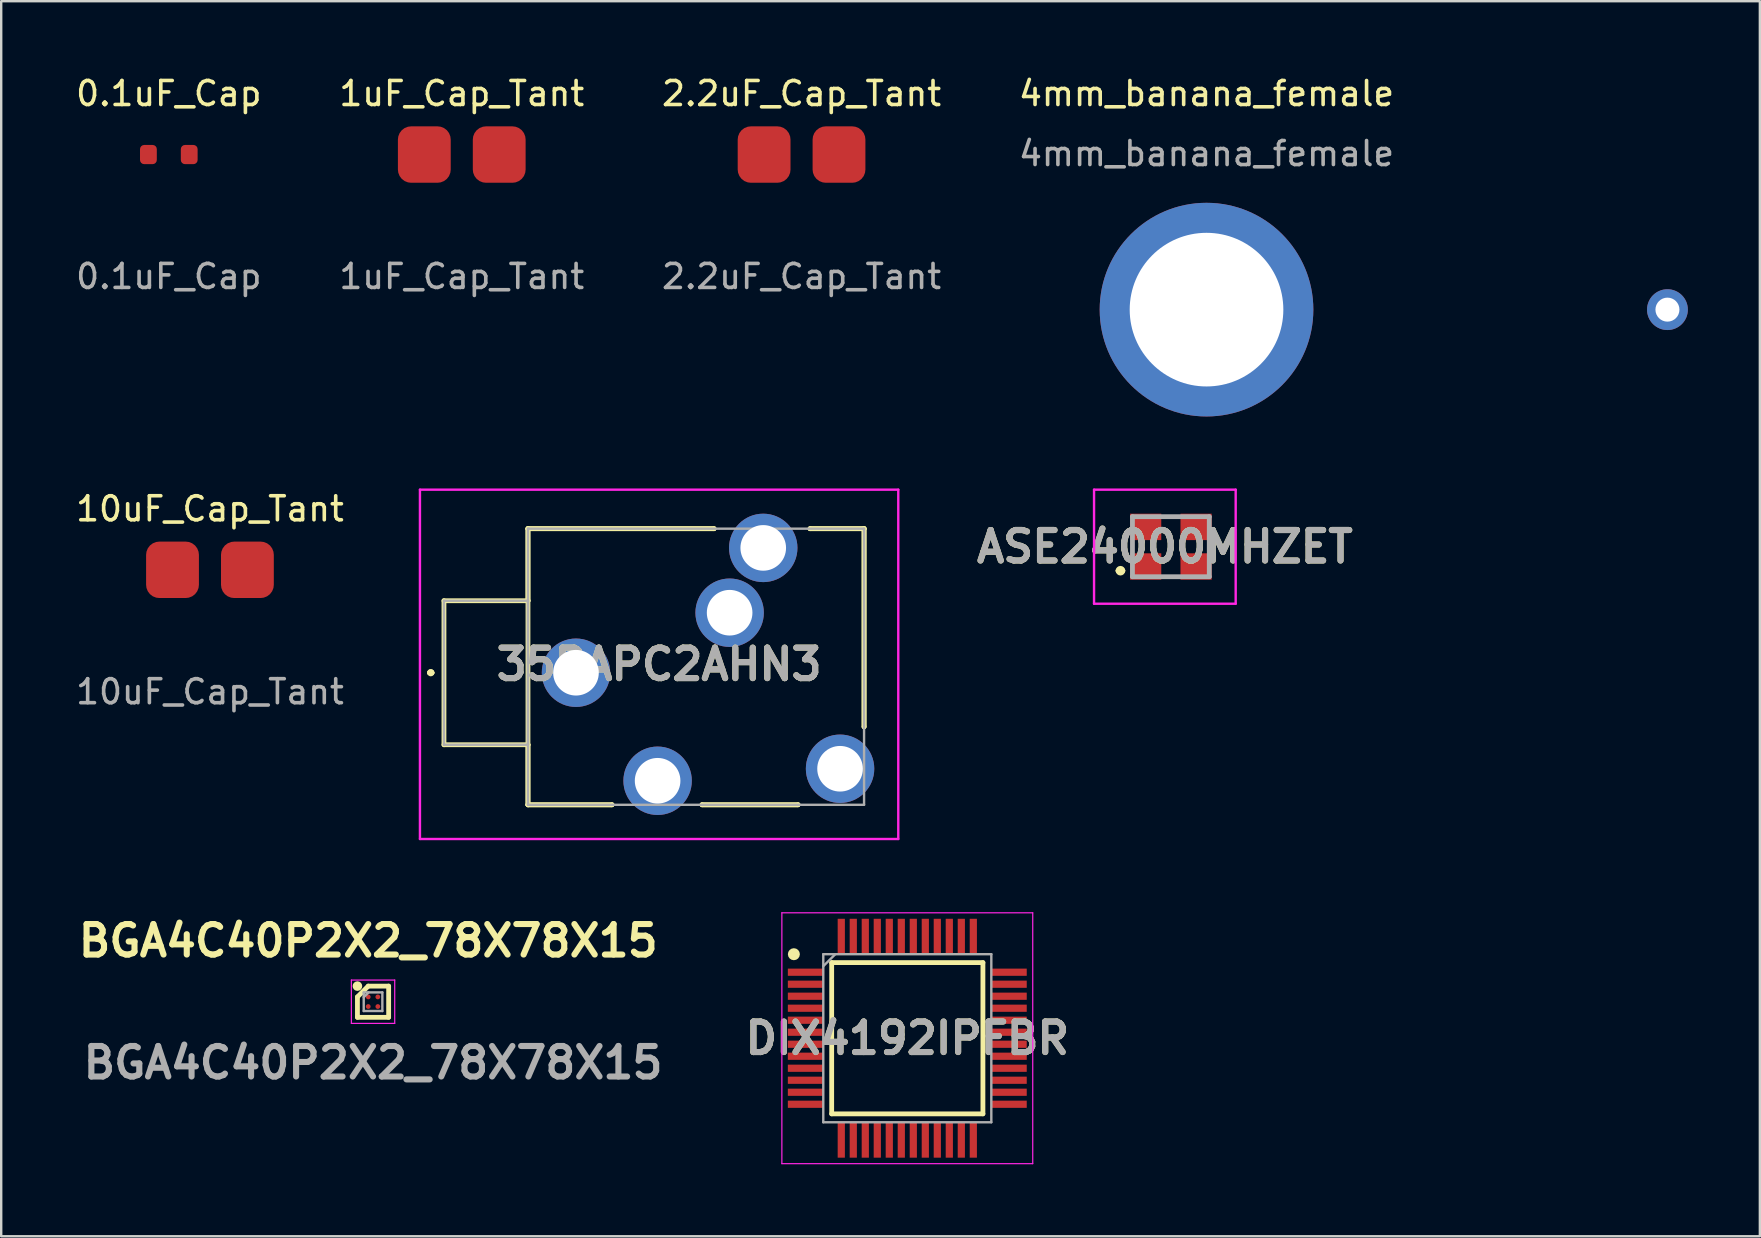
<source format=kicad_pcb>
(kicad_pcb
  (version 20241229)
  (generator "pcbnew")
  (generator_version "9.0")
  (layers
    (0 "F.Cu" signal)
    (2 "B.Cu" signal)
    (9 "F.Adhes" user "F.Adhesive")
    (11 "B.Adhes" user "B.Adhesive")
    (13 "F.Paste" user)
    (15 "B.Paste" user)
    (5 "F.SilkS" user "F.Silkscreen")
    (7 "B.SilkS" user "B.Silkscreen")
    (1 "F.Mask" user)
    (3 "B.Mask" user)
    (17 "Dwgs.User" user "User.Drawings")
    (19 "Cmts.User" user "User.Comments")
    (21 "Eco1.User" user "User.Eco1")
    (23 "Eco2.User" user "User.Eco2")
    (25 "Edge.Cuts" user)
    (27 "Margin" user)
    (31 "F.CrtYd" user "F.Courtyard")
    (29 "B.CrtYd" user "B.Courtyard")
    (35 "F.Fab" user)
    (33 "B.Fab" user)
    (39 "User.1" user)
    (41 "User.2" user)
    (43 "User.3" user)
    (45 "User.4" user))
  (footprint "DIX4192IPFBR"
    (layer "F.Cu")
    (at 34.744 40.198)
    (property "Reference" "DIX4192IPFBR" (at 0 0 0) (layer "F.SilkS") (effects (font (size 1.27 1.27) (thickness 0.254))))
    (attr smd)
    (fp_line (start -3.15 -3.15) (end 3.15 -3.15) (stroke (width 0.2) (type solid)) (layer "F.SilkS"))
    (fp_line (start -3.15 3.15) (end -3.15 -3.15) (stroke (width 0.2) (type solid)) (layer "F.SilkS"))
    (fp_line (start 3.15 -3.15) (end 3.15 3.15) (stroke (width 0.2) (type solid)) (layer "F.SilkS"))
    (fp_line (start 3.15 3.15) (end -3.15 3.15) (stroke (width 0.2) (type solid)) (layer "F.SilkS"))
    (fp_circle (center -4.725 -3.5) (end -4.725 -3.375) (stroke (width 0.25) (type solid)) (fill no) (layer "F.SilkS"))
    (fp_line (start -5.225 -5.225) (end 5.225 -5.225) (stroke (width 0.05) (type solid)) (layer "F.CrtYd"))
    (fp_line (start -5.225 5.225) (end -5.225 -5.225) (stroke (width 0.05) (type solid)) (layer "F.CrtYd"))
    (fp_line (start 5.225 -5.225) (end 5.225 5.225) (stroke (width 0.05) (type solid)) (layer "F.CrtYd"))
    (fp_line (start 5.225 5.225) (end -5.225 5.225) (stroke (width 0.05) (type solid)) (layer "F.CrtYd"))
    (fp_line (start -3.5 -3.5) (end 3.5 -3.5) (stroke (width 0.1) (type solid)) (layer "F.Fab"))
    (fp_line (start -3.5 -3) (end -3 -3.5) (stroke (width 0.1) (type solid)) (layer "F.Fab"))
    (fp_line (start -3.5 3.5) (end -3.5 -3.5) (stroke (width 0.1) (type solid)) (layer "F.Fab"))
    (fp_line (start 3.5 -3.5) (end 3.5 3.5) (stroke (width 0.1) (type solid)) (layer "F.Fab"))
    (fp_line (start 3.5 3.5) (end -3.5 3.5) (stroke (width 0.1) (type solid)) (layer "F.Fab"))
    (fp_text user "${REFERENCE}" (at 0 0 0) (layer "F.Fab") (effects (font (size 1.27 1.27) (thickness 0.254))))
    (pad "1" smd rect (at -4.238 -2.75 90) (size 0.3 1.475) (layers "F.Cu" "F.Mask" "F.Paste"))
    (pad "2" smd rect (at -4.238 -2.25 90) (size 0.3 1.475) (layers "F.Cu" "F.Mask" "F.Paste"))
    (pad "3" smd rect (at -4.238 -1.75 90) (size 0.3 1.475) (layers "F.Cu" "F.Mask" "F.Paste"))
    (pad "4" smd rect (at -4.238 -1.25 90) (size 0.3 1.475) (layers "F.Cu" "F.Mask" "F.Paste"))
    (pad "5" smd rect (at -4.238 -0.75 90) (size 0.3 1.475) (layers "F.Cu" "F.Mask" "F.Paste"))
    (pad "6" smd rect (at -4.238 -0.25 90) (size 0.3 1.475) (layers "F.Cu" "F.Mask" "F.Paste"))
    (pad "7" smd rect (at -4.238 0.25 90) (size 0.3 1.475) (layers "F.Cu" "F.Mask" "F.Paste"))
    (pad "8" smd rect (at -4.238 0.75 90) (size 0.3 1.475) (layers "F.Cu" "F.Mask" "F.Paste"))
    (pad "9" smd rect (at -4.238 1.25 90) (size 0.3 1.475) (layers "F.Cu" "F.Mask" "F.Paste"))
    (pad "10" smd rect (at -4.238 1.75 90) (size 0.3 1.475) (layers "F.Cu" "F.Mask" "F.Paste"))
    (pad "11" smd rect (at -4.238 2.25 90) (size 0.3 1.475) (layers "F.Cu" "F.Mask" "F.Paste"))
    (pad "12" smd rect (at -4.238 2.75 90) (size 0.3 1.475) (layers "F.Cu" "F.Mask" "F.Paste"))
    (pad "13" smd rect (at -2.75 4.238) (size 0.3 1.475) (layers "F.Cu" "F.Mask" "F.Paste"))
    (pad "14" smd rect (at -2.25 4.238) (size 0.3 1.475) (layers "F.Cu" "F.Mask" "F.Paste"))
    (pad "15" smd rect (at -1.75 4.238) (size 0.3 1.475) (layers "F.Cu" "F.Mask" "F.Paste"))
    (pad "16" smd rect (at -1.25 4.238) (size 0.3 1.475) (layers "F.Cu" "F.Mask" "F.Paste"))
    (pad "17" smd rect (at -0.75 4.238) (size 0.3 1.475) (layers "F.Cu" "F.Mask" "F.Paste"))
    (pad "18" smd rect (at -0.25 4.238) (size 0.3 1.475) (layers "F.Cu" "F.Mask" "F.Paste"))
    (pad "19" smd rect (at 0.25 4.238) (size 0.3 1.475) (layers "F.Cu" "F.Mask" "F.Paste"))
    (pad "20" smd rect (at 0.75 4.238) (size 0.3 1.475) (layers "F.Cu" "F.Mask" "F.Paste"))
    (pad "21" smd rect (at 1.25 4.238) (size 0.3 1.475) (layers "F.Cu" "F.Mask" "F.Paste"))
    (pad "22" smd rect (at 1.75 4.238) (size 0.3 1.475) (layers "F.Cu" "F.Mask" "F.Paste"))
    (pad "23" smd rect (at 2.25 4.238) (size 0.3 1.475) (layers "F.Cu" "F.Mask" "F.Paste"))
    (pad "24" smd rect (at 2.75 4.238) (size 0.3 1.475) (layers "F.Cu" "F.Mask" "F.Paste"))
    (pad "25" smd rect (at 4.238 2.75 90) (size 0.3 1.475) (layers "F.Cu" "F.Mask" "F.Paste"))
    (pad "26" smd rect (at 4.238 2.25 90) (size 0.3 1.475) (layers "F.Cu" "F.Mask" "F.Paste"))
    (pad "27" smd rect (at 4.238 1.75 90) (size 0.3 1.475) (layers "F.Cu" "F.Mask" "F.Paste"))
    (pad "28" smd rect (at 4.238 1.25 90) (size 0.3 1.475) (layers "F.Cu" "F.Mask" "F.Paste"))
    (pad "29" smd rect (at 4.238 0.75 90) (size 0.3 1.475) (layers "F.Cu" "F.Mask" "F.Paste"))
    (pad "30" smd rect (at 4.238 0.25 90) (size 0.3 1.475) (layers "F.Cu" "F.Mask" "F.Paste"))
    (pad "31" smd rect (at 4.238 -0.25 90) (size 0.3 1.475) (layers "F.Cu" "F.Mask" "F.Paste"))
    (pad "32" smd rect (at 4.238 -0.75 90) (size 0.3 1.475) (layers "F.Cu" "F.Mask" "F.Paste"))
    (pad "33" smd rect (at 4.238 -1.25 90) (size 0.3 1.475) (layers "F.Cu" "F.Mask" "F.Paste"))
    (pad "34" smd rect (at 4.238 -1.75 90) (size 0.3 1.475) (layers "F.Cu" "F.Mask" "F.Paste"))
    (pad "35" smd rect (at 4.238 -2.25 90) (size 0.3 1.475) (layers "F.Cu" "F.Mask" "F.Paste"))
    (pad "36" smd rect (at 4.238 -2.75 90) (size 0.3 1.475) (layers "F.Cu" "F.Mask" "F.Paste"))
    (pad "37" smd rect (at 2.75 -4.238) (size 0.3 1.475) (layers "F.Cu" "F.Mask" "F.Paste"))
    (pad "38" smd rect (at 2.25 -4.238) (size 0.3 1.475) (layers "F.Cu" "F.Mask" "F.Paste"))
    (pad "39" smd rect (at 1.75 -4.238) (size 0.3 1.475) (layers "F.Cu" "F.Mask" "F.Paste"))
    (pad "40" smd rect (at 1.25 -4.238) (size 0.3 1.475) (layers "F.Cu" "F.Mask" "F.Paste"))
    (pad "41" smd rect (at 0.75 -4.238) (size 0.3 1.475) (layers "F.Cu" "F.Mask" "F.Paste"))
    (pad "42" smd rect (at 0.25 -4.238) (size 0.3 1.475) (layers "F.Cu" "F.Mask" "F.Paste"))
    (pad "43" smd rect (at -0.25 -4.238) (size 0.3 1.475) (layers "F.Cu" "F.Mask" "F.Paste"))
    (pad "44" smd rect (at -0.75 -4.238) (size 0.3 1.475) (layers "F.Cu" "F.Mask" "F.Paste"))
    (pad "45" smd rect (at -1.25 -4.238) (size 0.3 1.475) (layers "F.Cu" "F.Mask" "F.Paste"))
    (pad "46" smd rect (at -1.75 -4.238) (size 0.3 1.475) (layers "F.Cu" "F.Mask" "F.Paste"))
    (pad "47" smd rect (at -2.25 -4.238) (size 0.3 1.475) (layers "F.Cu" "F.Mask" "F.Paste"))
    (pad "48" smd rect (at -2.75 -4.238) (size 0.3 1.475) (layers "F.Cu" "F.Mask" "F.Paste")))
  (footprint "BGA4C40P2X2_78X78X15"
    (layer "F.Cu")
    (at 12.489 38.677)
    (property "Reference" "BGA4C40P2X2_78X78X15" (at -0.2 -2.54 0) (layer "F.SilkS") (effects (font (size 1.27 1.27) (thickness 0.254))))
    (attr smd)
    (fp_line (start -0.65 -0.2) (end -0.2 -0.65) (stroke (width 0.2) (type solid)) (layer "F.SilkS"))
    (fp_line (start -0.65 0.65) (end -0.65 -0.2) (stroke (width 0.2) (type solid)) (layer "F.SilkS"))
    (fp_line (start -0.2 -0.65) (end 0.65 -0.65) (stroke (width 0.2) (type solid)) (layer "F.SilkS"))
    (fp_line (start 0.65 -0.65) (end 0.65 0.65) (stroke (width 0.2) (type solid)) (layer "F.SilkS"))
    (fp_line (start 0.65 0.65) (end -0.65 0.65) (stroke (width 0.2) (type solid)) (layer "F.SilkS"))
    (fp_circle (center -0.65 -0.65) (end -0.65 -0.55) (stroke (width 0.2) (type solid)) (fill no) (layer "F.SilkS"))
    (fp_line (start -0.903 -0.903) (end 0.903 -0.903) (stroke (width 0.05) (type solid)) (layer "F.CrtYd"))
    (fp_line (start -0.903 0.903) (end -0.903 -0.903) (stroke (width 0.05) (type solid)) (layer "F.CrtYd"))
    (fp_line (start 0.903 -0.903) (end 0.903 0.903) (stroke (width 0.05) (type solid)) (layer "F.CrtYd"))
    (fp_line (start 0.903 0.903) (end -0.903 0.903) (stroke (width 0.05) (type solid)) (layer "F.CrtYd"))
    (fp_line (start -0.388 -0.388) (end 0.388 -0.388) (stroke (width 0.1) (type solid)) (layer "F.Fab"))
    (fp_line (start -0.388 -0.186) (end -0.186 -0.388) (stroke (width 0.1) (type solid)) (layer "F.Fab"))
    (fp_line (start -0.388 0.388) (end -0.388 -0.388) (stroke (width 0.1) (type solid)) (layer "F.Fab"))
    (fp_line (start 0.388 -0.388) (end 0.388 0.388) (stroke (width 0.1) (type solid)) (layer "F.Fab"))
    (fp_line (start 0.388 0.388) (end -0.388 0.388) (stroke (width 0.1) (type solid)) (layer "F.Fab"))
    (fp_text user "${REFERENCE}" (at 0 2.54 0) (layer "F.Fab") (effects (font (size 1.27 1.27) (thickness 0.254))))
    (pad "A1" smd circle (at -0.2 -0.2 90) (size 0.2 0.2) (layers "F.Cu" "F.Mask" "F.Paste"))
    (pad "A2" smd circle (at 0.2 -0.2 90) (size 0.2 0.2) (layers "F.Cu" "F.Mask" "F.Paste"))
    (pad "B1" smd circle (at -0.2 0.2 90) (size 0.2 0.2) (layers "F.Cu" "F.Mask" "F.Paste"))
    (pad "B2" smd circle (at 0.2 0.2 90) (size 0.2 0.2) (layers "F.Cu" "F.Mask" "F.Paste")))
  (footprint "2.2uF_Cap_Tant"
    (layer "F.Cu")
    (at 30.339 3.388)
    (property "Reference" "2.2uF_Cap_Tant" (at 0 -2.54 0) (unlocked yes) (layer "F.SilkS") (effects (font (size 1 1) (thickness 0.15))))
    (attr smd)
    (fp_text user "${REFERENCE}" (at 0 5.08 0) (unlocked yes) (layer "F.Fab") (effects (font (size 1 1) (thickness 0.15))))
    (pad "1" smd roundrect (at -1.56 0) (size 2.2 2.35) (layers "F.Cu" "F.Mask" "F.Paste") (roundrect_rratio 0.25))
    (pad "2" smd roundrect (at 1.56 0) (size 2.2 2.35) (layers "F.Cu" "F.Mask" "F.Paste") (roundrect_rratio 0.25)))
  (footprint "4mm_banana_female"
    (layer "F.Cu")
    (at 47.208 9.848)
    (property "Reference" "4mm_banana_female" (at 0 -9 0) (unlocked yes) (layer "F.SilkS") (effects (font (size 1 1) (thickness 0.15))))
    (attr smd)
    (fp_text user "${REFERENCE}" (at 0 -6.5 0) (unlocked yes) (layer "F.Fab") (effects (font (size 1 1) (thickness 0.15))))
    (pad "1" thru_hole oval (at 0 0) (size 8.9 8.9) (drill 6.4) (layers "*.Cu" "*.Mask"))
    (pad "2" thru_hole oval (at 19.2 0) (size 1.7 1.7) (drill 1) (layers "*.Cu" "*.Mask")))
  (footprint "35RAPC2AHN3"
    (layer "F.Cu")
    (at 20.943 24.973)
    (property "Reference" "35RAPC2AHN3" (at 3.462 -0.35 0) (layer "F.SilkS") (effects (font (size 1.27 1.27) (thickness 0.254))))
    (attr through_hole)
    (fp_line (start -6.1 0) (end -6.1 0) (stroke (width 0.2) (type solid)) (layer "F.SilkS"))
    (fp_line (start -6 0) (end -6 0) (stroke (width 0.2) (type solid)) (layer "F.SilkS"))
    (fp_line (start -6 0) (end -6 0) (stroke (width 0.2) (type solid)) (layer "F.SilkS"))
    (fp_line (start -5.5 -3) (end -2 -3) (stroke (width 0.2) (type solid)) (layer "F.SilkS"))
    (fp_line (start -5.5 3) (end -5.5 -3) (stroke (width 0.2) (type solid)) (layer "F.SilkS"))
    (fp_line (start -2 -6) (end -2 -6) (stroke (width 0.2) (type solid)) (layer "F.SilkS"))
    (fp_line (start -2 -6) (end -2 -6) (stroke (width 0.2) (type solid)) (layer "F.SilkS"))
    (fp_line (start -2 -6) (end -2 -3) (stroke (width 0.2) (type solid)) (layer "F.SilkS"))
    (fp_line (start -2 -6) (end 5.75 -6) (stroke (width 0.2) (type solid)) (layer "F.SilkS"))
    (fp_line (start -2 -3) (end -2 -6) (stroke (width 0.2) (type solid)) (layer "F.SilkS"))
    (fp_line (start -2 -3) (end -2 -3) (stroke (width 0.2) (type solid)) (layer "F.SilkS"))
    (fp_line (start -2 -3) (end -2 3) (stroke (width 0.2) (type solid)) (layer "F.SilkS"))
    (fp_line (start -2 3) (end -5.5 3) (stroke (width 0.2) (type solid)) (layer "F.SilkS"))
    (fp_line (start -2 3) (end -2 3) (stroke (width 0.2) (type solid)) (layer "F.SilkS"))
    (fp_line (start -2 3) (end -2 5.5) (stroke (width 0.2) (type solid)) (layer "F.SilkS"))
    (fp_line (start -2 5.5) (end -2 3) (stroke (width 0.2) (type solid)) (layer "F.SilkS"))
    (fp_line (start -2 5.5) (end -2 5.5) (stroke (width 0.2) (type solid)) (layer "F.SilkS"))
    (fp_line (start -2 5.5) (end -2 5.5) (stroke (width 0.2) (type solid)) (layer "F.SilkS"))
    (fp_line (start -2 5.5) (end 1.5 5.5) (stroke (width 0.2) (type solid)) (layer "F.SilkS"))
    (fp_line (start 1.5 5.5) (end -2 5.5) (stroke (width 0.2) (type solid)) (layer "F.SilkS"))
    (fp_line (start 1.5 5.5) (end 1.5 5.5) (stroke (width 0.2) (type solid)) (layer "F.SilkS"))
    (fp_line (start 5.25 5.5) (end 5.25 5.5) (stroke (width 0.2) (type solid)) (layer "F.SilkS"))
    (fp_line (start 5.25 5.5) (end 9.25 5.5) (stroke (width 0.2) (type solid)) (layer "F.SilkS"))
    (fp_line (start 5.75 -6) (end -2 -6) (stroke (width 0.2) (type solid)) (layer "F.SilkS"))
    (fp_line (start 5.75 -6) (end 5.75 -6) (stroke (width 0.2) (type solid)) (layer "F.SilkS"))
    (fp_line (start 9.25 5.5) (end 5.25 5.5) (stroke (width 0.2) (type solid)) (layer "F.SilkS"))
    (fp_line (start 9.25 5.5) (end 9.25 5.5) (stroke (width 0.2) (type solid)) (layer "F.SilkS"))
    (fp_line (start 9.75 -6) (end 9.75 -6) (stroke (width 0.2) (type solid)) (layer "F.SilkS"))
    (fp_line (start 9.75 -6) (end 12 -6) (stroke (width 0.2) (type solid)) (layer "F.SilkS"))
    (fp_line (start 12 -6) (end 9.75 -6) (stroke (width 0.2) (type solid)) (layer "F.SilkS"))
    (fp_line (start 12 -6) (end 12 -6) (stroke (width 0.2) (type solid)) (layer "F.SilkS"))
    (fp_line (start 12 -6) (end 12 -6) (stroke (width 0.2) (type solid)) (layer "F.SilkS"))
    (fp_line (start 12 -6) (end 12 2.25) (stroke (width 0.2) (type solid)) (layer "F.SilkS"))
    (fp_line (start 12 2.25) (end 12 -6) (stroke (width 0.2) (type solid)) (layer "F.SilkS"))
    (fp_line (start 12 2.25) (end 12 2.25) (stroke (width 0.2) (type solid)) (layer "F.SilkS"))
    (fp_arc (start -6.1 0) (mid -6.05 -0.05) (end -6 0) (stroke (width 0.2) (type solid)) (layer "F.SilkS"))
    (fp_arc (start -6.1 0) (mid -6.05 -0.05) (end -6 0) (stroke (width 0.2) (type solid)) (layer "F.SilkS"))
    (fp_arc (start -6 0) (mid -6.05 0.05) (end -6.1 0) (stroke (width 0.2) (type solid)) (layer "F.SilkS"))
    (fp_line (start -6.5 -7.625) (end 13.425 -7.625) (stroke (width 0.1) (type solid)) (layer "F.CrtYd"))
    (fp_line (start -6.5 6.925) (end -6.5 -7.625) (stroke (width 0.1) (type solid)) (layer "F.CrtYd"))
    (fp_line (start 13.425 -7.625) (end 13.425 6.925) (stroke (width 0.1) (type solid)) (layer "F.CrtYd"))
    (fp_line (start 13.425 6.925) (end -6.5 6.925) (stroke (width 0.1) (type solid)) (layer "F.CrtYd"))
    (fp_line (start -5.5 -3) (end -2 -3) (stroke (width 0.1) (type solid)) (layer "F.Fab"))
    (fp_line (start -5.5 3) (end -5.5 -3) (stroke (width 0.1) (type solid)) (layer "F.Fab"))
    (fp_line (start -2 -6) (end -2 5.5) (stroke (width 0.1) (type solid)) (layer "F.Fab"))
    (fp_line (start -2 -3) (end -2 3) (stroke (width 0.1) (type solid)) (layer "F.Fab"))
    (fp_line (start -2 3) (end -5.5 3) (stroke (width 0.1) (type solid)) (layer "F.Fab"))
    (fp_line (start -2 5.5) (end 12 5.5) (stroke (width 0.1) (type solid)) (layer "F.Fab"))
    (fp_line (start 12 -6) (end -2 -6) (stroke (width 0.1) (type solid)) (layer "F.Fab"))
    (fp_line (start 12 5.5) (end 12 -6) (stroke (width 0.1) (type solid)) (layer "F.Fab"))
    (fp_text user "${REFERENCE}" (at 3.462 -0.35 0) (layer "F.Fab") (effects (font (size 1.27 1.27) (thickness 0.254))))
    (pad "1" thru_hole circle (at 0 0) (size 2.85 2.85) (drill 1.9) (layers "*.Cu" "*.Mask"))
    (pad "2" thru_hole circle (at 7.8 -5.2) (size 2.85 2.85) (drill 1.9) (layers "*.Cu" "*.Mask"))
    (pad "3" thru_hole circle (at 6.4 -2.5) (size 2.85 2.85) (drill 1.9) (layers "*.Cu" "*.Mask"))
    (pad "4" thru_hole circle (at 11 4) (size 2.85 2.85) (drill 1.9) (layers "*.Cu" "*.Mask"))
    (pad "5" thru_hole circle (at 3.4 4.5) (size 2.85 2.85) (drill 1.9) (layers "*.Cu" "*.Mask")))
  (footprint "0.1uF_Cap"
    (layer "F.Cu")
    (at 3.982 3.388)
    (property "Reference" "0.1uF_Cap" (at 0 -2.54 0) (unlocked yes) (layer "F.SilkS") (effects (font (size 1 1) (thickness 0.15))))
    (attr smd)
    (fp_text user "${REFERENCE}" (at 0 5.08 0) (unlocked yes) (layer "F.Fab") (effects (font (size 1 1) (thickness 0.15))))
    (pad "1" smd roundrect (at -0.85 0) (size 0.7 0.8) (layers "F.Cu" "F.Mask" "F.Paste") (roundrect_rratio 0.25))
    (pad "2" smd roundrect (at 0.85 0) (size 0.7 0.8) (layers "F.Cu" "F.Mask" "F.Paste") (roundrect_rratio 0.25)))
  (footprint "ASE24000MHZET"
    (layer "F.Cu")
    (at 45.723 19.723)
    (property "Reference" "ASE24000MHZET" (at -0.25 0 0) (layer "F.SilkS") (effects (font (size 1.27 1.27) (thickness 0.254))))
    (attr smd)
    (fp_line (start -2.2 1) (end -2.2 1) (stroke (width 0.2) (type solid)) (layer "F.SilkS"))
    (fp_line (start -2 1) (end -2 1) (stroke (width 0.2) (type solid)) (layer "F.SilkS"))
    (fp_arc (start -2.2 1) (mid -2.1 0.9) (end -2 1) (stroke (width 0.2) (type solid)) (layer "F.SilkS"))
    (fp_arc (start -2 1) (mid -2.1 1.1) (end -2.2 1) (stroke (width 0.2) (type solid)) (layer "F.SilkS"))
    (fp_line (start -3.2 -2.375) (end 2.7 -2.375) (stroke (width 0.1) (type solid)) (layer "F.CrtYd"))
    (fp_line (start -3.2 2.375) (end -3.2 -2.375) (stroke (width 0.1) (type solid)) (layer "F.CrtYd"))
    (fp_line (start 2.7 -2.375) (end 2.7 2.375) (stroke (width 0.1) (type solid)) (layer "F.CrtYd"))
    (fp_line (start 2.7 2.375) (end -3.2 2.375) (stroke (width 0.1) (type solid)) (layer "F.CrtYd"))
    (fp_line (start -1.6 -1.25) (end 1.6 -1.25) (stroke (width 0.2) (type solid)) (layer "F.Fab"))
    (fp_line (start -1.6 1.25) (end -1.6 -1.25) (stroke (width 0.2) (type solid)) (layer "F.Fab"))
    (fp_line (start 1.6 -1.25) (end 1.6 1.25) (stroke (width 0.2) (type solid)) (layer "F.Fab"))
    (fp_line (start 1.6 1.25) (end -1.6 1.25) (stroke (width 0.2) (type solid)) (layer "F.Fab"))
    (fp_text user "${REFERENCE}" (at -0.25 0 0) (layer "F.Fab") (effects (font (size 1.27 1.27) (thickness 0.254))))
    (pad "1" smd rect (at -1.05 0.825 90) (size 1.1 1.3) (layers "F.Cu" "F.Mask" "F.Paste"))
    (pad "2" smd rect (at 1.05 0.825 90) (size 1.1 1.3) (layers "F.Cu" "F.Mask" "F.Paste"))
    (pad "3" smd rect (at 1.05 -0.825 90) (size 1.1 1.3) (layers "F.Cu" "F.Mask" "F.Paste"))
    (pad "4" smd rect (at -1.05 -0.825 90) (size 1.1 1.3) (layers "F.Cu" "F.Mask" "F.Paste")))
  (footprint "10uF_Cap_Tant"
    (layer "F.Cu")
    (at 5.696 20.686)
    (property "Reference" "10uF_Cap_Tant" (at 0 -2.54 0) (unlocked yes) (layer "F.SilkS") (effects (font (size 1 1) (thickness 0.15))))
    (attr smd)
    (fp_text user "${REFERENCE}" (at 0 5.08 0) (unlocked yes) (layer "F.Fab") (effects (font (size 1 1) (thickness 0.15))))
    (pad "1" smd roundrect (at -1.56 0) (size 2.2 2.35) (layers "F.Cu" "F.Mask" "F.Paste") (roundrect_rratio 0.25))
    (pad "2" smd roundrect (at 1.56 0) (size 2.2 2.35) (layers "F.Cu" "F.Mask" "F.Paste") (roundrect_rratio 0.25)))
  (footprint "1uF_Cap_Tant"
    (layer "F.Cu")
    (at 16.185 3.388)
    (property "Reference" "1uF_Cap_Tant" (at 0 -2.54 0) (unlocked yes) (layer "F.SilkS") (effects (font (size 1 1) (thickness 0.15))))
    (attr smd)
    (fp_text user "${REFERENCE}" (at 0 5.08 0) (unlocked yes) (layer "F.Fab") (effects (font (size 1 1) (thickness 0.15))))
    (pad "1" smd roundrect (at -1.56 0) (size 2.2 2.35) (layers "F.Cu" "F.Mask" "F.Paste") (roundrect_rratio 0.25))
    (pad "2" smd roundrect (at 1.56 0) (size 2.2 2.35) (layers "F.Cu" "F.Mask" "F.Paste") (roundrect_rratio 0.25)))
  (gr_rect
    (start -3 -3)
    (end 70.258 48.448)
    (stroke (width 0.1) (type default))
    (fill no)
    (layer "Edge.Cuts")))
</source>
